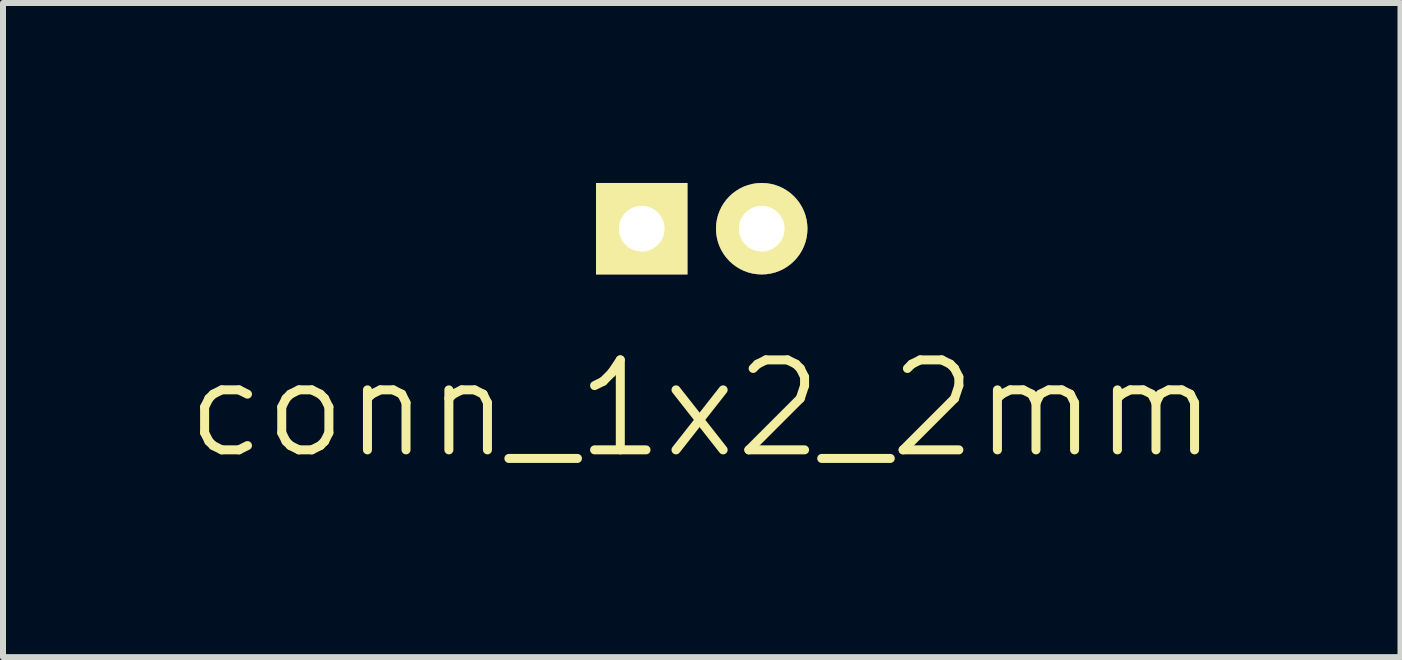
<source format=kicad_pcb>
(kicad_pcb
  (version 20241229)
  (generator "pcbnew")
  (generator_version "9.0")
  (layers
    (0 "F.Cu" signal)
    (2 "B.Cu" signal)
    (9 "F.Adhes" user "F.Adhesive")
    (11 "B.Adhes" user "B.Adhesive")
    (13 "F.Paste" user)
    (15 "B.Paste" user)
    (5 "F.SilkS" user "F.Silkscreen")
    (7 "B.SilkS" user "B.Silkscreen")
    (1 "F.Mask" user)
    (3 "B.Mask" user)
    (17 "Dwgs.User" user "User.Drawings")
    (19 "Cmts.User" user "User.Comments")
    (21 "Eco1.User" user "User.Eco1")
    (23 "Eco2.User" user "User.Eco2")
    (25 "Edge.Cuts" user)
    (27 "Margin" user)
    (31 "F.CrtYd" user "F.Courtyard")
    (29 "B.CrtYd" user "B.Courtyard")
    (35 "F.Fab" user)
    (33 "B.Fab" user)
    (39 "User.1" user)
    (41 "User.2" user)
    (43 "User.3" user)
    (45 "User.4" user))
  (footprint "conn_1x2_2mm"
    (layer "F.Cu")
    (at 8.646 0.762)
    (property "Reference" "conn_1x2_2mm" (at 0 3 0) (layer "F.SilkS") (effects (font (size 1.5 1.5) (thickness 0.15))))
    (attr through_hole)
    (pad "1" thru_hole rect (at -1 0) (size 1.524 1.524) (drill 0.762) (layers "*.Cu" "*.Mask" "F.SilkS"))
    (pad "2" thru_hole circle (at 1 0) (size 1.524 1.524) (drill 0.762) (layers "*.Cu" "*.Mask" "F.SilkS")))
  (gr_rect
    (start -3 -3)
    (end 20.293 7.903)
    (stroke (width 0.1) (type default))
    (fill no)
    (layer "Edge.Cuts")))
</source>
